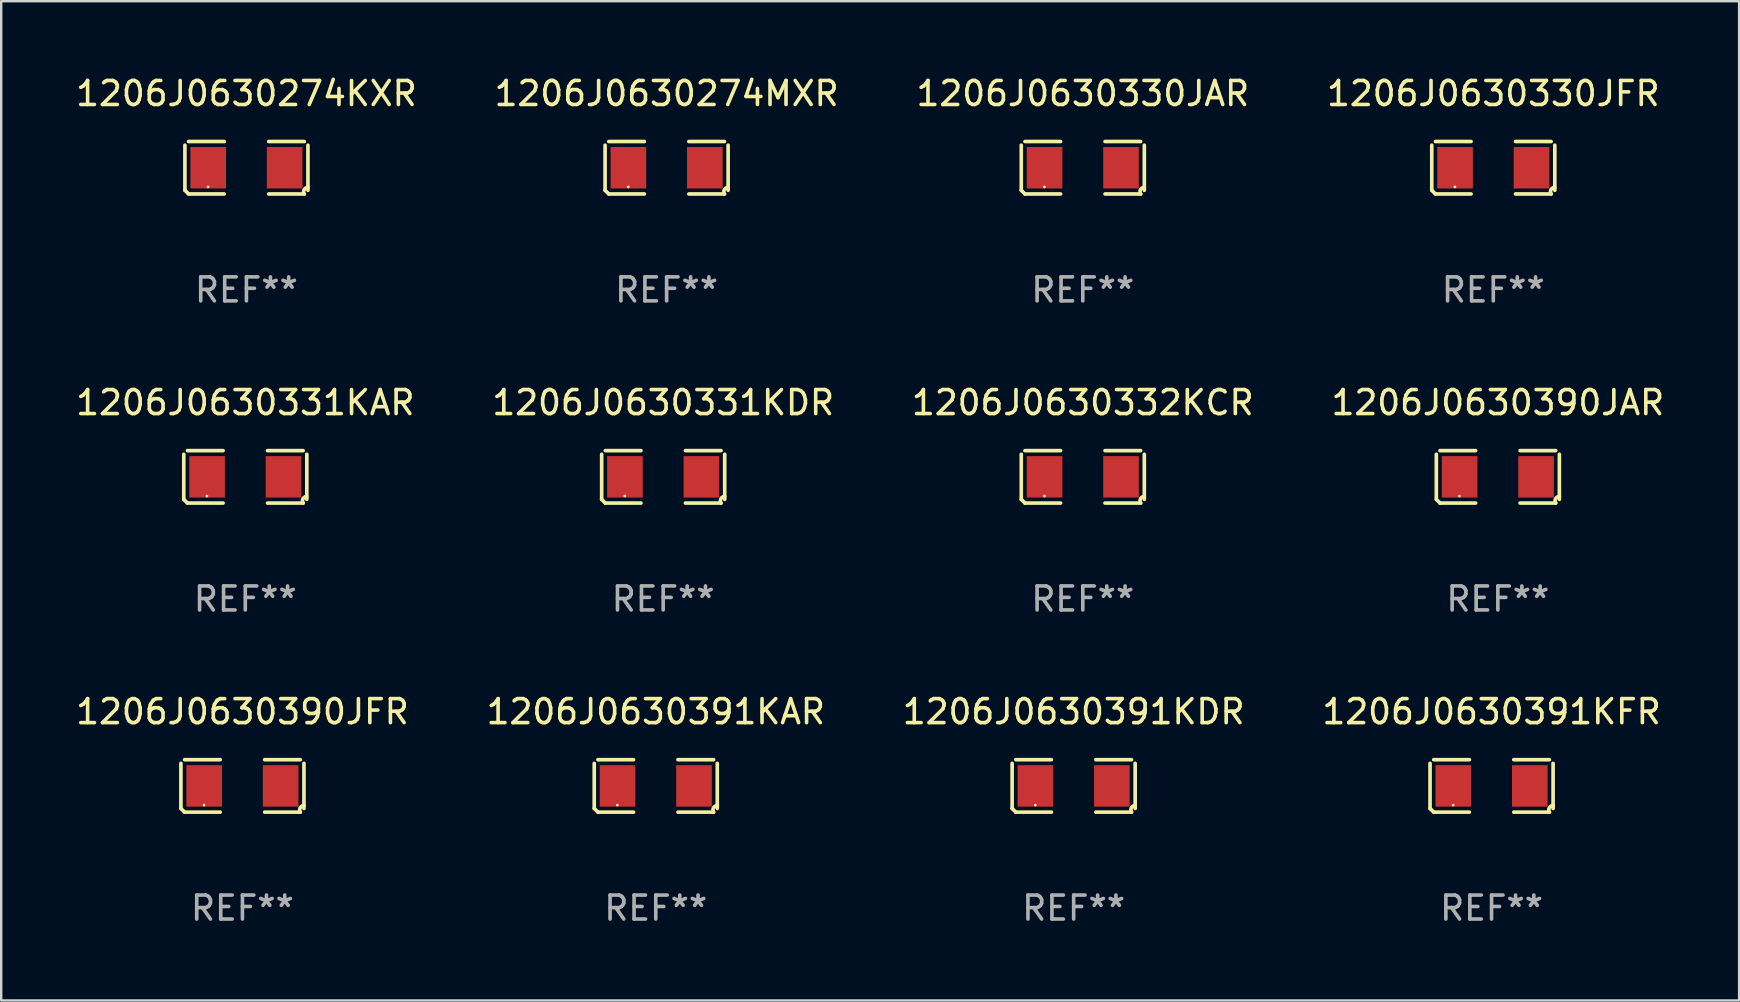
<source format=kicad_pcb>
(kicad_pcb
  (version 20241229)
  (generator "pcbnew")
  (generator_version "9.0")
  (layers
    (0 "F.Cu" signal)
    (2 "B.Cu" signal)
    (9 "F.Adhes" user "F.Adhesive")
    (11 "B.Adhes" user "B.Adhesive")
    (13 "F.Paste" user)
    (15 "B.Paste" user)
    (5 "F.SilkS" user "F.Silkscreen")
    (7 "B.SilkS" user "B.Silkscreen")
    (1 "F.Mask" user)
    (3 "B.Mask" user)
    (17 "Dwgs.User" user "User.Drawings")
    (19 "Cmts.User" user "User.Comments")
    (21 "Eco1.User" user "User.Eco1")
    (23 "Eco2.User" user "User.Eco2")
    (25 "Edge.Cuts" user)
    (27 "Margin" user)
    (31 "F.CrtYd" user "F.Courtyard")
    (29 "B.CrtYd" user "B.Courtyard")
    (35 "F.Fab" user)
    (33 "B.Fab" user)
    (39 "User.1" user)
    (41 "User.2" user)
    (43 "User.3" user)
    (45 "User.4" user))
  (footprint "1206J0630330JAR"
    (layer "F.Cu")
    (at 42.077 3.941)
    (property "Reference" "1206J0630330JAR" (at 0 -3.093 0) (layer "F.SilkS") (effects (font (size 1 1) (thickness 0.15))))
    (attr through_hole)
    (fp_line (start -2.564 0.94) (end -2.564 -0.94) (stroke (width 0.152) (type solid)) (layer "F.SilkS"))
    (fp_line (start -2.411 -1.093) (end -0.926 -1.093) (stroke (width 0.152) (type solid)) (layer "F.SilkS"))
    (fp_line (start -0.926 1.093) (end -2.411 1.093) (stroke (width 0.152) (type solid)) (layer "F.SilkS"))
    (fp_line (start 0.926 1.093) (end 2.411 1.093) (stroke (width 0.152) (type solid)) (layer "F.SilkS"))
    (fp_line (start 2.411 -1.093) (end 0.926 -1.093) (stroke (width 0.152) (type solid)) (layer "F.SilkS"))
    (fp_line (start 2.564 0.94) (end 2.564 -0.94) (stroke (width 0.152) (type solid)) (layer "F.SilkS"))
    (fp_arc (start -2.411201 1.092609) (mid -2.487413 1.01642) (end -2.563602 0.940208) (stroke (width 0.1524) (type solid)) (layer "F.SilkS"))
    (fp_arc (start 2.411201 1.092609) (mid 2.407159 0.911226) (end 2.563602 0.819347) (stroke (width 0.1524) (type solid)) (layer "F.SilkS"))
    (fp_circle (center -1.6 0.8) (end -1.57 0.8) (stroke (width 0.06) (type solid)) (fill no) (layer "F.SilkS"))
    (fp_text user "REF**" (at 0 5.093 0) (layer "F.Fab") (effects (font (size 1 1) (thickness 0.15))))
    (pad "1" smd rect (at -1.593 0) (size 1.485 1.728) (layers "F.Cu" "F.Mask" "F.Paste"))
    (pad "2" smd rect (at 1.593 0) (size 1.485 1.728) (layers "F.Cu" "F.Mask" "F.Paste")))
  (footprint "1206J0630332KCR"
    (layer "F.Cu")
    (at 42.077 16.823)
    (property "Reference" "1206J0630332KCR" (at 0 -3.093 0) (layer "F.SilkS") (effects (font (size 1 1) (thickness 0.15))))
    (attr through_hole)
    (fp_line (start -2.564 0.94) (end -2.564 -0.94) (stroke (width 0.152) (type solid)) (layer "F.SilkS"))
    (fp_line (start -2.411 -1.093) (end -0.926 -1.093) (stroke (width 0.152) (type solid)) (layer "F.SilkS"))
    (fp_line (start -0.926 1.093) (end -2.411 1.093) (stroke (width 0.152) (type solid)) (layer "F.SilkS"))
    (fp_line (start 0.926 1.093) (end 2.411 1.093) (stroke (width 0.152) (type solid)) (layer "F.SilkS"))
    (fp_line (start 2.411 -1.093) (end 0.926 -1.093) (stroke (width 0.152) (type solid)) (layer "F.SilkS"))
    (fp_line (start 2.564 0.94) (end 2.564 -0.94) (stroke (width 0.152) (type solid)) (layer "F.SilkS"))
    (fp_arc (start -2.411201 1.092609) (mid -2.487413 1.01642) (end -2.563602 0.940208) (stroke (width 0.1524) (type solid)) (layer "F.SilkS"))
    (fp_arc (start 2.411201 1.092609) (mid 2.407159 0.911226) (end 2.563602 0.819347) (stroke (width 0.1524) (type solid)) (layer "F.SilkS"))
    (fp_circle (center -1.6 0.8) (end -1.57 0.8) (stroke (width 0.06) (type solid)) (fill no) (layer "F.SilkS"))
    (fp_text user "REF**" (at 0 5.093 0) (layer "F.Fab") (effects (font (size 1 1) (thickness 0.15))))
    (pad "1" smd rect (at -1.593 0) (size 1.485 1.728) (layers "F.Cu" "F.Mask" "F.Paste"))
    (pad "2" smd rect (at 1.593 0) (size 1.485 1.728) (layers "F.Cu" "F.Mask" "F.Paste")))
  (footprint "1206J0630331KAR"
    (layer "F.Cu")
    (at 7.173 16.823)
    (property "Reference" "1206J0630331KAR" (at 0 -3.093 0) (layer "F.SilkS") (effects (font (size 1 1) (thickness 0.15))))
    (attr through_hole)
    (fp_line (start -2.564 0.94) (end -2.564 -0.94) (stroke (width 0.152) (type solid)) (layer "F.SilkS"))
    (fp_line (start -2.411 -1.093) (end -0.926 -1.093) (stroke (width 0.152) (type solid)) (layer "F.SilkS"))
    (fp_line (start -0.926 1.093) (end -2.411 1.093) (stroke (width 0.152) (type solid)) (layer "F.SilkS"))
    (fp_line (start 0.926 1.093) (end 2.411 1.093) (stroke (width 0.152) (type solid)) (layer "F.SilkS"))
    (fp_line (start 2.411 -1.093) (end 0.926 -1.093) (stroke (width 0.152) (type solid)) (layer "F.SilkS"))
    (fp_line (start 2.564 0.94) (end 2.564 -0.94) (stroke (width 0.152) (type solid)) (layer "F.SilkS"))
    (fp_arc (start -2.411201 1.092609) (mid -2.487413 1.01642) (end -2.563602 0.940208) (stroke (width 0.1524) (type solid)) (layer "F.SilkS"))
    (fp_arc (start 2.411201 1.092609) (mid 2.407159 0.911226) (end 2.563602 0.819347) (stroke (width 0.1524) (type solid)) (layer "F.SilkS"))
    (fp_circle (center -1.6 0.8) (end -1.57 0.8) (stroke (width 0.06) (type solid)) (fill no) (layer "F.SilkS"))
    (fp_text user "REF**" (at 0 5.093 0) (layer "F.Fab") (effects (font (size 1 1) (thickness 0.15))))
    (pad "1" smd rect (at -1.593 0) (size 1.485 1.728) (layers "F.Cu" "F.Mask" "F.Paste"))
    (pad "2" smd rect (at 1.593 0) (size 1.485 1.728) (layers "F.Cu" "F.Mask" "F.Paste")))
  (footprint "1206J0630331KDR"
    (layer "F.Cu")
    (at 24.589 16.823)
    (property "Reference" "1206J0630331KDR" (at 0 -3.093 0) (layer "F.SilkS") (effects (font (size 1 1) (thickness 0.15))))
    (attr through_hole)
    (fp_line (start -2.564 0.94) (end -2.564 -0.94) (stroke (width 0.152) (type solid)) (layer "F.SilkS"))
    (fp_line (start -2.411 -1.093) (end -0.926 -1.093) (stroke (width 0.152) (type solid)) (layer "F.SilkS"))
    (fp_line (start -0.926 1.093) (end -2.411 1.093) (stroke (width 0.152) (type solid)) (layer "F.SilkS"))
    (fp_line (start 0.926 1.093) (end 2.411 1.093) (stroke (width 0.152) (type solid)) (layer "F.SilkS"))
    (fp_line (start 2.411 -1.093) (end 0.926 -1.093) (stroke (width 0.152) (type solid)) (layer "F.SilkS"))
    (fp_line (start 2.564 0.94) (end 2.564 -0.94) (stroke (width 0.152) (type solid)) (layer "F.SilkS"))
    (fp_arc (start -2.411201 1.092609) (mid -2.487413 1.01642) (end -2.563602 0.940208) (stroke (width 0.1524) (type solid)) (layer "F.SilkS"))
    (fp_arc (start 2.411201 1.092609) (mid 2.407159 0.911226) (end 2.563602 0.819347) (stroke (width 0.1524) (type solid)) (layer "F.SilkS"))
    (fp_circle (center -1.6 0.8) (end -1.57 0.8) (stroke (width 0.06) (type solid)) (fill no) (layer "F.SilkS"))
    (fp_text user "REF**" (at 0 5.093 0) (layer "F.Fab") (effects (font (size 1 1) (thickness 0.15))))
    (pad "1" smd rect (at -1.593 0) (size 1.485 1.728) (layers "F.Cu" "F.Mask" "F.Paste"))
    (pad "2" smd rect (at 1.593 0) (size 1.485 1.728) (layers "F.Cu" "F.Mask" "F.Paste")))
  (footprint "1206J0630330JFR"
    (layer "F.Cu")
    (at 59.185 3.941)
    (property "Reference" "1206J0630330JFR" (at 0 -3.093 0) (layer "F.SilkS") (effects (font (size 1 1) (thickness 0.15))))
    (attr through_hole)
    (fp_line (start -2.564 0.94) (end -2.564 -0.94) (stroke (width 0.152) (type solid)) (layer "F.SilkS"))
    (fp_line (start -2.411 -1.093) (end -0.926 -1.093) (stroke (width 0.152) (type solid)) (layer "F.SilkS"))
    (fp_line (start -0.926 1.093) (end -2.411 1.093) (stroke (width 0.152) (type solid)) (layer "F.SilkS"))
    (fp_line (start 0.926 1.093) (end 2.411 1.093) (stroke (width 0.152) (type solid)) (layer "F.SilkS"))
    (fp_line (start 2.411 -1.093) (end 0.926 -1.093) (stroke (width 0.152) (type solid)) (layer "F.SilkS"))
    (fp_line (start 2.564 0.94) (end 2.564 -0.94) (stroke (width 0.152) (type solid)) (layer "F.SilkS"))
    (fp_arc (start -2.411201 1.092609) (mid -2.487413 1.01642) (end -2.563602 0.940208) (stroke (width 0.1524) (type solid)) (layer "F.SilkS"))
    (fp_arc (start 2.411201 1.092609) (mid 2.407159 0.911226) (end 2.563602 0.819347) (stroke (width 0.1524) (type solid)) (layer "F.SilkS"))
    (fp_circle (center -1.6 0.8) (end -1.57 0.8) (stroke (width 0.06) (type solid)) (fill no) (layer "F.SilkS"))
    (fp_text user "REF**" (at 0 5.093 0) (layer "F.Fab") (effects (font (size 1 1) (thickness 0.15))))
    (pad "1" smd rect (at -1.593 0) (size 1.485 1.728) (layers "F.Cu" "F.Mask" "F.Paste"))
    (pad "2" smd rect (at 1.593 0) (size 1.485 1.728) (layers "F.Cu" "F.Mask" "F.Paste")))
  (footprint "1206J0630391KDR"
    (layer "F.Cu")
    (at 41.696 29.704)
    (property "Reference" "1206J0630391KDR" (at 0 -3.093 0) (layer "F.SilkS") (effects (font (size 1 1) (thickness 0.15))))
    (attr through_hole)
    (fp_line (start -2.564 0.94) (end -2.564 -0.94) (stroke (width 0.152) (type solid)) (layer "F.SilkS"))
    (fp_line (start -2.411 -1.093) (end -0.926 -1.093) (stroke (width 0.152) (type solid)) (layer "F.SilkS"))
    (fp_line (start -0.926 1.093) (end -2.411 1.093) (stroke (width 0.152) (type solid)) (layer "F.SilkS"))
    (fp_line (start 0.926 1.093) (end 2.411 1.093) (stroke (width 0.152) (type solid)) (layer "F.SilkS"))
    (fp_line (start 2.411 -1.093) (end 0.926 -1.093) (stroke (width 0.152) (type solid)) (layer "F.SilkS"))
    (fp_line (start 2.564 0.94) (end 2.564 -0.94) (stroke (width 0.152) (type solid)) (layer "F.SilkS"))
    (fp_arc (start -2.411201 1.092609) (mid -2.487413 1.01642) (end -2.563602 0.940208) (stroke (width 0.1524) (type solid)) (layer "F.SilkS"))
    (fp_arc (start 2.411201 1.092609) (mid 2.407159 0.911226) (end 2.563602 0.819347) (stroke (width 0.1524) (type solid)) (layer "F.SilkS"))
    (fp_circle (center -1.6 0.8) (end -1.57 0.8) (stroke (width 0.06) (type solid)) (fill no) (layer "F.SilkS"))
    (fp_text user "REF**" (at 0 5.093 0) (layer "F.Fab") (effects (font (size 1 1) (thickness 0.15))))
    (pad "1" smd rect (at -1.593 0) (size 1.485 1.728) (layers "F.Cu" "F.Mask" "F.Paste"))
    (pad "2" smd rect (at 1.593 0) (size 1.485 1.728) (layers "F.Cu" "F.Mask" "F.Paste")))
  (footprint "1206J0630274MXR"
    (layer "F.Cu")
    (at 24.732 3.941)
    (property "Reference" "1206J0630274MXR" (at 0 -3.093 0) (layer "F.SilkS") (effects (font (size 1 1) (thickness 0.15))))
    (attr through_hole)
    (fp_line (start -2.564 0.94) (end -2.564 -0.94) (stroke (width 0.152) (type solid)) (layer "F.SilkS"))
    (fp_line (start -2.411 -1.093) (end -0.926 -1.093) (stroke (width 0.152) (type solid)) (layer "F.SilkS"))
    (fp_line (start -0.926 1.093) (end -2.411 1.093) (stroke (width 0.152) (type solid)) (layer "F.SilkS"))
    (fp_line (start 0.926 1.093) (end 2.411 1.093) (stroke (width 0.152) (type solid)) (layer "F.SilkS"))
    (fp_line (start 2.411 -1.093) (end 0.926 -1.093) (stroke (width 0.152) (type solid)) (layer "F.SilkS"))
    (fp_line (start 2.564 0.94) (end 2.564 -0.94) (stroke (width 0.152) (type solid)) (layer "F.SilkS"))
    (fp_arc (start -2.411201 1.092609) (mid -2.487413 1.01642) (end -2.563602 0.940208) (stroke (width 0.1524) (type solid)) (layer "F.SilkS"))
    (fp_arc (start 2.411201 1.092609) (mid 2.407159 0.911226) (end 2.563602 0.819347) (stroke (width 0.1524) (type solid)) (layer "F.SilkS"))
    (fp_circle (center -1.6 0.8) (end -1.57 0.8) (stroke (width 0.06) (type solid)) (fill no) (layer "F.SilkS"))
    (fp_text user "REF**" (at 0 5.093 0) (layer "F.Fab") (effects (font (size 1 1) (thickness 0.15))))
    (pad "1" smd rect (at -1.593 0) (size 1.485 1.728) (layers "F.Cu" "F.Mask" "F.Paste"))
    (pad "2" smd rect (at 1.593 0) (size 1.485 1.728) (layers "F.Cu" "F.Mask" "F.Paste")))
  (footprint "1206J0630391KFR"
    (layer "F.Cu")
    (at 59.113 29.704)
    (property "Reference" "1206J0630391KFR" (at 0 -3.093 0) (layer "F.SilkS") (effects (font (size 1 1) (thickness 0.15))))
    (attr through_hole)
    (fp_line (start -2.564 0.94) (end -2.564 -0.94) (stroke (width 0.152) (type solid)) (layer "F.SilkS"))
    (fp_line (start -2.411 -1.093) (end -0.926 -1.093) (stroke (width 0.152) (type solid)) (layer "F.SilkS"))
    (fp_line (start -0.926 1.093) (end -2.411 1.093) (stroke (width 0.152) (type solid)) (layer "F.SilkS"))
    (fp_line (start 0.926 1.093) (end 2.411 1.093) (stroke (width 0.152) (type solid)) (layer "F.SilkS"))
    (fp_line (start 2.411 -1.093) (end 0.926 -1.093) (stroke (width 0.152) (type solid)) (layer "F.SilkS"))
    (fp_line (start 2.564 0.94) (end 2.564 -0.94) (stroke (width 0.152) (type solid)) (layer "F.SilkS"))
    (fp_arc (start -2.411201 1.092609) (mid -2.487413 1.01642) (end -2.563602 0.940208) (stroke (width 0.1524) (type solid)) (layer "F.SilkS"))
    (fp_arc (start 2.411201 1.092609) (mid 2.407159 0.911226) (end 2.563602 0.819347) (stroke (width 0.1524) (type solid)) (layer "F.SilkS"))
    (fp_circle (center -1.6 0.8) (end -1.57 0.8) (stroke (width 0.06) (type solid)) (fill no) (layer "F.SilkS"))
    (fp_text user "REF**" (at 0 5.093 0) (layer "F.Fab") (effects (font (size 1 1) (thickness 0.15))))
    (pad "1" smd rect (at -1.593 0) (size 1.485 1.728) (layers "F.Cu" "F.Mask" "F.Paste"))
    (pad "2" smd rect (at 1.593 0) (size 1.485 1.728) (layers "F.Cu" "F.Mask" "F.Paste")))
  (footprint "1206J0630390JFR"
    (layer "F.Cu")
    (at 7.054 29.704)
    (property "Reference" "1206J0630390JFR" (at 0 -3.093 0) (layer "F.SilkS") (effects (font (size 1 1) (thickness 0.15))))
    (attr through_hole)
    (fp_line (start -2.564 0.94) (end -2.564 -0.94) (stroke (width 0.152) (type solid)) (layer "F.SilkS"))
    (fp_line (start -2.411 -1.093) (end -0.926 -1.093) (stroke (width 0.152) (type solid)) (layer "F.SilkS"))
    (fp_line (start -0.926 1.093) (end -2.411 1.093) (stroke (width 0.152) (type solid)) (layer "F.SilkS"))
    (fp_line (start 0.926 1.093) (end 2.411 1.093) (stroke (width 0.152) (type solid)) (layer "F.SilkS"))
    (fp_line (start 2.411 -1.093) (end 0.926 -1.093) (stroke (width 0.152) (type solid)) (layer "F.SilkS"))
    (fp_line (start 2.564 0.94) (end 2.564 -0.94) (stroke (width 0.152) (type solid)) (layer "F.SilkS"))
    (fp_arc (start -2.411201 1.092609) (mid -2.487413 1.01642) (end -2.563602 0.940208) (stroke (width 0.1524) (type solid)) (layer "F.SilkS"))
    (fp_arc (start 2.411201 1.092609) (mid 2.407159 0.911226) (end 2.563602 0.819347) (stroke (width 0.1524) (type solid)) (layer "F.SilkS"))
    (fp_circle (center -1.6 0.8) (end -1.57 0.8) (stroke (width 0.06) (type solid)) (fill no) (layer "F.SilkS"))
    (fp_text user "REF**" (at 0 5.093 0) (layer "F.Fab") (effects (font (size 1 1) (thickness 0.15))))
    (pad "1" smd rect (at -1.593 0) (size 1.485 1.728) (layers "F.Cu" "F.Mask" "F.Paste"))
    (pad "2" smd rect (at 1.593 0) (size 1.485 1.728) (layers "F.Cu" "F.Mask" "F.Paste")))
  (footprint "1206J0630391KAR"
    (layer "F.Cu")
    (at 24.28 29.704)
    (property "Reference" "1206J0630391KAR" (at 0 -3.093 0) (layer "F.SilkS") (effects (font (size 1 1) (thickness 0.15))))
    (attr through_hole)
    (fp_line (start -2.564 0.94) (end -2.564 -0.94) (stroke (width 0.152) (type solid)) (layer "F.SilkS"))
    (fp_line (start -2.411 -1.093) (end -0.926 -1.093) (stroke (width 0.152) (type solid)) (layer "F.SilkS"))
    (fp_line (start -0.926 1.093) (end -2.411 1.093) (stroke (width 0.152) (type solid)) (layer "F.SilkS"))
    (fp_line (start 0.926 1.093) (end 2.411 1.093) (stroke (width 0.152) (type solid)) (layer "F.SilkS"))
    (fp_line (start 2.411 -1.093) (end 0.926 -1.093) (stroke (width 0.152) (type solid)) (layer "F.SilkS"))
    (fp_line (start 2.564 0.94) (end 2.564 -0.94) (stroke (width 0.152) (type solid)) (layer "F.SilkS"))
    (fp_arc (start -2.411201 1.092609) (mid -2.487413 1.01642) (end -2.563602 0.940208) (stroke (width 0.1524) (type solid)) (layer "F.SilkS"))
    (fp_arc (start 2.411201 1.092609) (mid 2.407159 0.911226) (end 2.563602 0.819347) (stroke (width 0.1524) (type solid)) (layer "F.SilkS"))
    (fp_circle (center -1.6 0.8) (end -1.57 0.8) (stroke (width 0.06) (type solid)) (fill no) (layer "F.SilkS"))
    (fp_text user "REF**" (at 0 5.093 0) (layer "F.Fab") (effects (font (size 1 1) (thickness 0.15))))
    (pad "1" smd rect (at -1.593 0) (size 1.485 1.728) (layers "F.Cu" "F.Mask" "F.Paste"))
    (pad "2" smd rect (at 1.593 0) (size 1.485 1.728) (layers "F.Cu" "F.Mask" "F.Paste")))
  (footprint "1206J0630390JAR"
    (layer "F.Cu")
    (at 59.375 16.823)
    (property "Reference" "1206J0630390JAR" (at 0 -3.093 0) (layer "F.SilkS") (effects (font (size 1 1) (thickness 0.15))))
    (attr through_hole)
    (fp_line (start -2.564 0.94) (end -2.564 -0.94) (stroke (width 0.152) (type solid)) (layer "F.SilkS"))
    (fp_line (start -2.411 -1.093) (end -0.926 -1.093) (stroke (width 0.152) (type solid)) (layer "F.SilkS"))
    (fp_line (start -0.926 1.093) (end -2.411 1.093) (stroke (width 0.152) (type solid)) (layer "F.SilkS"))
    (fp_line (start 0.926 1.093) (end 2.411 1.093) (stroke (width 0.152) (type solid)) (layer "F.SilkS"))
    (fp_line (start 2.411 -1.093) (end 0.926 -1.093) (stroke (width 0.152) (type solid)) (layer "F.SilkS"))
    (fp_line (start 2.564 0.94) (end 2.564 -0.94) (stroke (width 0.152) (type solid)) (layer "F.SilkS"))
    (fp_arc (start -2.411201 1.092609) (mid -2.487413 1.01642) (end -2.563602 0.940208) (stroke (width 0.1524) (type solid)) (layer "F.SilkS"))
    (fp_arc (start 2.411201 1.092609) (mid 2.407159 0.911226) (end 2.563602 0.819347) (stroke (width 0.1524) (type solid)) (layer "F.SilkS"))
    (fp_circle (center -1.6 0.8) (end -1.57 0.8) (stroke (width 0.06) (type solid)) (fill no) (layer "F.SilkS"))
    (fp_text user "REF**" (at 0 5.093 0) (layer "F.Fab") (effects (font (size 1 1) (thickness 0.15))))
    (pad "1" smd rect (at -1.593 0) (size 1.485 1.728) (layers "F.Cu" "F.Mask" "F.Paste"))
    (pad "2" smd rect (at 1.593 0) (size 1.485 1.728) (layers "F.Cu" "F.Mask" "F.Paste")))
  (footprint "1206J0630274KXR"
    (layer "F.Cu")
    (at 7.22 3.941)
    (property "Reference" "1206J0630274KXR" (at 0 -3.093 0) (layer "F.SilkS") (effects (font (size 1 1) (thickness 0.15))))
    (attr through_hole)
    (fp_line (start -2.564 0.94) (end -2.564 -0.94) (stroke (width 0.152) (type solid)) (layer "F.SilkS"))
    (fp_line (start -2.411 -1.093) (end -0.926 -1.093) (stroke (width 0.152) (type solid)) (layer "F.SilkS"))
    (fp_line (start -0.926 1.093) (end -2.411 1.093) (stroke (width 0.152) (type solid)) (layer "F.SilkS"))
    (fp_line (start 0.926 1.093) (end 2.411 1.093) (stroke (width 0.152) (type solid)) (layer "F.SilkS"))
    (fp_line (start 2.411 -1.093) (end 0.926 -1.093) (stroke (width 0.152) (type solid)) (layer "F.SilkS"))
    (fp_line (start 2.564 0.94) (end 2.564 -0.94) (stroke (width 0.152) (type solid)) (layer "F.SilkS"))
    (fp_arc (start -2.411201 1.092609) (mid -2.487413 1.01642) (end -2.563602 0.940208) (stroke (width 0.1524) (type solid)) (layer "F.SilkS"))
    (fp_arc (start 2.411201 1.092609) (mid 2.407159 0.911226) (end 2.563602 0.819347) (stroke (width 0.1524) (type solid)) (layer "F.SilkS"))
    (fp_circle (center -1.6 0.8) (end -1.57 0.8) (stroke (width 0.06) (type solid)) (fill no) (layer "F.SilkS"))
    (fp_text user "REF**" (at 0 5.093 0) (layer "F.Fab") (effects (font (size 1 1) (thickness 0.15))))
    (pad "1" smd rect (at -1.593 0) (size 1.485 1.728) (layers "F.Cu" "F.Mask" "F.Paste"))
    (pad "2" smd rect (at 1.593 0) (size 1.485 1.728) (layers "F.Cu" "F.Mask" "F.Paste")))
  (gr_rect
    (start -3 -3)
    (end 69.429 38.645)
    (stroke (width 0.1) (type default))
    (fill no)
    (layer "Edge.Cuts")))
</source>
